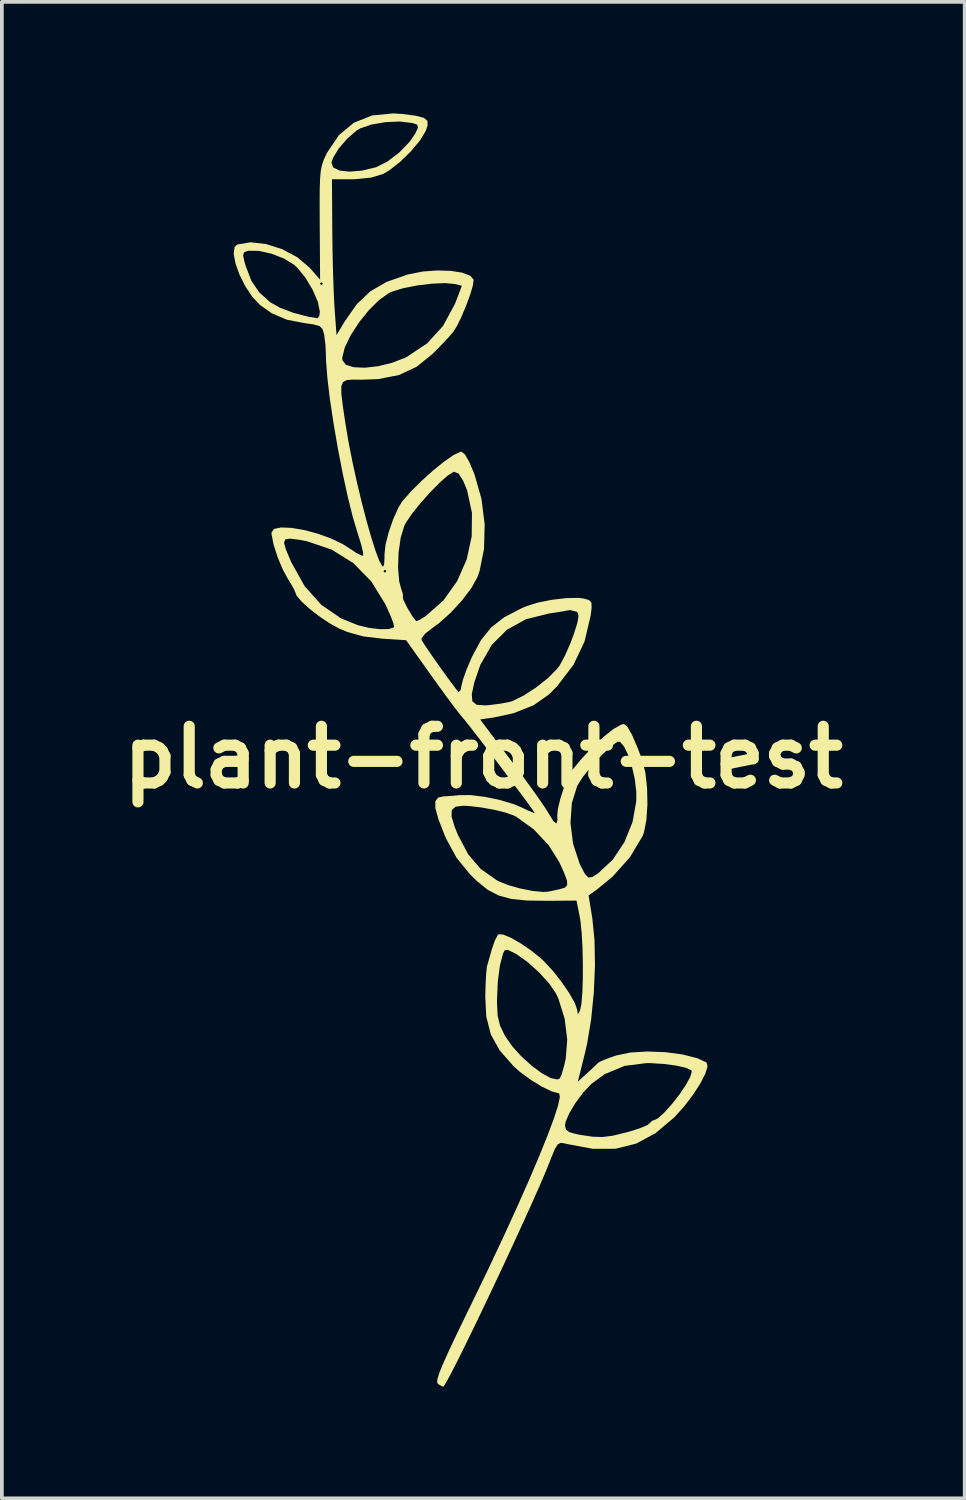
<source format=kicad_pcb>
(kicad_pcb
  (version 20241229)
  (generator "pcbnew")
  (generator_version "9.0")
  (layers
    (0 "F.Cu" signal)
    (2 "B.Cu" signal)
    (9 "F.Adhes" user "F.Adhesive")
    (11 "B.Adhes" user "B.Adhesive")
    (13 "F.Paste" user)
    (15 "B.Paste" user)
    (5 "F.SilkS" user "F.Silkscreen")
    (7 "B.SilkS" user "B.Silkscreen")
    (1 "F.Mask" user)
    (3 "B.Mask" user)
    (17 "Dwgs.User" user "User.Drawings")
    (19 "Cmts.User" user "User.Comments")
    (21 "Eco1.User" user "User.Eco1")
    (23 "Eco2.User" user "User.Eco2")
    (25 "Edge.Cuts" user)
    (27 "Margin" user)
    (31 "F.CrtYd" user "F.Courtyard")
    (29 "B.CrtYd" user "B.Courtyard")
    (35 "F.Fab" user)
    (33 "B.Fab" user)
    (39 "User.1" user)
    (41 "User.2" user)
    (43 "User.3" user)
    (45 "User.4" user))
  (footprint "plant-front-test"
    (layer "F.Cu")
    (at 9.95 17.321)
    (property "Reference" "plant-front-test" (at 0 0 0) (layer "F.SilkS") (effects (font (size 1.524 1.524) (thickness 0.3))))
    (attr board_only exclude_from_pos_files exclude_from_bom)
    (fp_poly (pts (xy -2.178 -17.305) (xy -1.821 -17.259) (xy -1.603 -17.203) (xy -1.503 -17.121) (xy -1.497 -16.997) (xy -1.547 -16.851) (xy -1.702 -16.593) (xy -1.949 -16.298) (xy -2.244 -16.012) (xy -2.538 -15.782) (xy -2.699 -15.689) (xy -3.026 -15.592) (xy -3.455 -15.55) (xy -3.533 -15.549) (xy -4.071 -15.549) (xy -4.062 -14.186) (xy -4.056 -13.661) (xy -4.044 -13.127) (xy -4.028 -12.634) (xy -4.01 -12.231) (xy -4.001 -12.089) (xy -3.948 -11.357) (xy -3.729 -11.723) (xy -3.404 -12.188) (xy -3.04 -12.534) (xy -2.599 -12.789) (xy -2.041 -12.984) (xy -1.995 -12.996) (xy -1.623 -13.068) (xy -1.237 -13.096) (xy -0.873 -13.085) (xy -0.565 -13.036) (xy -0.348 -12.953) (xy -0.261 -12.848) (xy -0.278 -12.7) (xy -0.35 -12.453) (xy -0.459 -12.156) (xy -0.585 -11.855) (xy -0.711 -11.598) (xy -0.804 -11.449) (xy -0.927 -11.306) (xy -1.125 -11.095) (xy -1.356 -10.86) (xy -1.366 -10.85) (xy -1.792 -10.506) (xy -2.266 -10.284) (xy -2.822 -10.174) (xy -3.277 -10.157) (xy -3.511 -10.16) (xy -3.674 -10.147) (xy -3.774 -10.095) (xy -3.819 -9.979) (xy -3.818 -9.775) (xy -3.78 -9.46) (xy -3.713 -9.01) (xy -3.704 -8.952) (xy -3.623 -8.473) (xy -3.521 -7.954) (xy -3.403 -7.416) (xy -3.276 -6.885) (xy -3.146 -6.383) (xy -3.019 -5.935) (xy -2.902 -5.564) (xy -2.801 -5.294) (xy -2.722 -5.148) (xy -2.693 -5.129) (xy -2.666 -5.201) (xy -2.657 -5.382) (xy -2.658 -5.46) (xy -2.629 -5.723) (xy -2.542 -6.065) (xy -2.417 -6.421) (xy -2.277 -6.73) (xy -2.174 -6.893) (xy -1.933 -7.166) (xy -1.645 -7.451) (xy -1.341 -7.723) (xy -1.049 -7.959) (xy -0.8 -8.132) (xy -0.623 -8.217) (xy -0.589 -8.222) (xy -0.491 -8.145) (xy -0.364 -7.918) (xy -0.237 -7.612) (xy -0.049 -6.954) (xy 0.037 -6.271) (xy 0.02 -5.607) (xy -0.1 -5.009) (xy -0.157 -4.848) (xy -0.319 -4.555) (xy -0.574 -4.218) (xy -0.88 -3.886) (xy -1.196 -3.604) (xy -1.326 -3.51) (xy -1.558 -3.333) (xy -1.661 -3.2) (xy -1.659 -3.152) (xy -1.566 -3.006) (xy -1.415 -2.783) (xy -1.231 -2.52) (xy -1.039 -2.251) (xy -0.864 -2.011) (xy -0.731 -1.835) (xy -0.665 -1.759) (xy -0.665 -1.759) (xy -0.614 -1.798) (xy -0.588 -1.923) (xy -0.546 -2.092) (xy -0.452 -2.356) (xy -0.323 -2.661) (xy -0.298 -2.715) (xy -0.06 -3.157) (xy 0.214 -3.496) (xy 0.563 -3.767) (xy 1.025 -4.008) (xy 1.16 -4.066) (xy 1.465 -4.162) (xy 1.841 -4.237) (xy 2.225 -4.282) (xy 2.554 -4.289) (xy 2.697 -4.272) (xy 2.842 -4.232) (xy 2.908 -4.164) (xy 2.914 -4.022) (xy 2.889 -3.816) (xy 2.724 -3.117) (xy 2.428 -2.491) (xy 1.986 -1.913) (xy 1.771 -1.694) (xy 1.356 -1.402) (xy 0.814 -1.186) (xy 0.282 -1.072) (xy -0.085 -1.018) (xy 0.757 0.099) (xy 1.048 0.49) (xy 1.315 0.857) (xy 1.537 1.171) (xy 1.695 1.405) (xy 1.755 1.504) (xy 1.886 1.717) (xy 1.967 1.779) (xy 1.972 1.764) (xy 2.345 1.764) (xy 2.414 2.319) (xy 2.586 2.847) (xy 2.615 2.91) (xy 2.733 3.137) (xy 2.825 3.234) (xy 2.934 3.219) (xy 3.09 3.12) (xy 3.482 2.753) (xy 3.798 2.278) (xy 4.015 1.738) (xy 4.115 1.177) (xy 4.115 0.922) (xy 4.073 0.577) (xy 3.996 0.238) (xy 3.897 -0.062) (xy 3.787 -0.29) (xy 3.68 -0.415) (xy 3.608 -0.42) (xy 3.403 -0.266) (xy 3.149 -0.024) (xy 2.89 0.261) (xy 2.667 0.543) (xy 2.526 0.769) (xy 2.382 1.231) (xy 2.345 1.764) (xy 1.972 1.764) (xy 1.996 1.689) (xy 1.989 1.575) (xy 2.006 1.389) (xy 2.072 1.115) (xy 2.168 0.813) (xy 2.274 0.544) (xy 2.369 0.371) (xy 2.648 0.033) (xy 2.949 -0.285) (xy 3.244 -0.559) (xy 3.508 -0.766) (xy 3.712 -0.88) (xy 3.782 -0.896) (xy 3.876 -0.823) (xy 4.002 -0.602) (xy 4.161 -0.23) (xy 4.278 0.081) (xy 4.36 0.415) (xy 4.406 0.829) (xy 4.415 1.271) (xy 4.387 1.685) (xy 4.323 2.017) (xy 4.286 2.117) (xy 3.944 2.688) (xy 3.475 3.213) (xy 3.065 3.549) (xy 2.833 3.714) (xy 2.934 4.342) (xy 2.992 4.922) (xy 3.004 5.603) (xy 2.973 6.331) (xy 2.901 7.05) (xy 2.792 7.708) (xy 2.743 7.923) (xy 2.544 8.722) (xy 2.797 8.493) (xy 2.965 8.338) (xy 3.076 8.231) (xy 3.092 8.214) (xy 3.187 8.164) (xy 3.388 8.085) (xy 3.571 8.021) (xy 3.951 7.941) (xy 4.409 7.913) (xy 4.896 7.931) (xy 5.363 7.993) (xy 5.761 8.095) (xy 6.004 8.207) (xy 6.033 8.315) (xy 5.97 8.515) (xy 5.834 8.78) (xy 5.64 9.079) (xy 5.407 9.386) (xy 5.152 9.669) (xy 5.133 9.688) (xy 4.629 10.113) (xy 4.112 10.391) (xy 3.558 10.529) (xy 2.946 10.531) (xy 2.254 10.402) (xy 2.198 10.387) (xy 2.085 10.37) (xy 2.002 10.412) (xy 1.922 10.542) (xy 1.82 10.792) (xy 1.8 10.845) (xy 1.683 11.134) (xy 1.518 11.52) (xy 1.313 11.983) (xy 1.076 12.507) (xy 0.817 13.071) (xy 0.545 13.657) (xy 0.267 14.248) (xy -0.006 14.823) (xy -0.267 15.366) (xy -0.506 15.856) (xy -0.715 16.276) (xy -0.885 16.608) (xy -1.008 16.832) (xy -1.073 16.929) (xy -1.079 16.932) (xy -1.155 16.894) (xy -1.218 16.856) (xy -1.242 16.811) (xy -1.232 16.715) (xy -1.181 16.554) (xy -1.083 16.314) (xy -0.933 15.979) (xy -0.723 15.535) (xy -0.449 14.967) (xy -0.308 14.679) (xy 0.127 13.78) (xy 0.529 12.926) (xy 0.894 12.129) (xy 1.218 11.399) (xy 1.496 10.747) (xy 1.724 10.184) (xy 1.83 9.899) (xy 2.198 9.899) (xy 2.221 10.011) (xy 2.314 10.083) (xy 2.517 10.138) (xy 2.625 10.158) (xy 2.944 10.205) (xy 3.211 10.213) (xy 3.488 10.177) (xy 3.837 10.092) (xy 3.969 10.055) (xy 4.229 9.971) (xy 4.412 9.893) (xy 4.478 9.84) (xy 4.542 9.773) (xy 4.574 9.769) (xy 4.699 9.709) (xy 4.873 9.551) (xy 5.072 9.329) (xy 5.27 9.075) (xy 5.442 8.823) (xy 5.563 8.605) (xy 5.609 8.456) (xy 5.596 8.418) (xy 5.454 8.352) (xy 5.194 8.293) (xy 4.86 8.248) (xy 4.497 8.226) (xy 4.402 8.224) (xy 3.803 8.299) (xy 3.263 8.524) (xy 2.908 8.784) (xy 2.69 9.014) (xy 2.482 9.293) (xy 2.313 9.574) (xy 2.213 9.81) (xy 2.198 9.899) (xy 1.83 9.899) (xy 1.897 9.722) (xy 2.01 9.369) (xy 2.06 9.138) (xy 2.041 9.039) (xy 2.029 9.037) (xy 1.84 8.987) (xy 1.573 8.857) (xy 1.275 8.674) (xy 0.989 8.464) (xy 0.813 8.307) (xy 0.44 7.882) (xy 0.203 7.454) (xy 0.08 6.975) (xy 0.061 6.597) (xy 0.368 6.597) (xy 0.386 6.947) (xy 0.45 7.216) (xy 0.578 7.482) (xy 0.592 7.506) (xy 0.786 7.782) (xy 1.034 8.054) (xy 1.307 8.3) (xy 1.577 8.499) (xy 1.815 8.628) (xy 1.993 8.666) (xy 2.057 8.639) (xy 2.106 8.531) (xy 2.169 8.316) (xy 2.216 8.117) (xy 2.258 7.595) (xy 2.189 7.032) (xy 2.021 6.494) (xy 1.954 6.351) (xy 1.771 6.082) (xy 1.498 5.783) (xy 1.186 5.502) (xy 0.886 5.29) (xy 0.831 5.26) (xy 0.662 5.182) (xy 0.579 5.188) (xy 0.532 5.273) (xy 0.448 5.595) (xy 0.391 6.027) (xy 0.369 6.521) (xy 0.368 6.597) (xy 0.061 6.597) (xy 0.053 6.431) (xy 0.062 6.099) (xy 0.077 5.821) (xy 0.095 5.645) (xy 0.1 5.617) (xy 0.144 5.465) (xy 0.21 5.234) (xy 0.233 5.153) (xy 0.309 4.932) (xy 0.386 4.785) (xy 0.41 4.761) (xy 0.535 4.767) (xy 0.749 4.857) (xy 1.015 5.01) (xy 1.297 5.204) (xy 1.56 5.418) (xy 1.627 5.48) (xy 1.87 5.742) (xy 2.107 6.043) (xy 2.314 6.346) (xy 2.463 6.612) (xy 2.529 6.802) (xy 2.529 6.814) (xy 2.542 6.907) (xy 2.58 6.855) (xy 2.605 6.798) (xy 2.64 6.627) (xy 2.664 6.334) (xy 2.677 5.957) (xy 2.678 5.537) (xy 2.668 5.112) (xy 2.646 4.722) (xy 2.614 4.407) (xy 2.597 4.301) (xy 2.507 3.854) (xy 1.721 3.86) (xy 1.175 3.852) (xy 0.752 3.809) (xy 0.414 3.718) (xy 0.121 3.565) (xy -0.163 3.337) (xy -0.357 3.147) (xy -0.716 2.708) (xy -0.999 2.189) (xy -1.041 2.092) (xy -1.205 1.671) (xy -1.227 1.593) (xy -0.853 1.593) (xy -0.769 1.873) (xy -0.68 2.091) (xy -0.407 2.608) (xy -0.072 3) (xy 0.355 3.302) (xy 0.416 3.335) (xy 0.672 3.438) (xy 0.997 3.529) (xy 1.332 3.595) (xy 1.617 3.622) (xy 1.75 3.613) (xy 1.885 3.584) (xy 2.056 3.547) (xy 2.192 3.506) (xy 2.257 3.438) (xy 2.251 3.313) (xy 2.171 3.1) (xy 2.045 2.822) (xy 1.755 2.36) (xy 1.356 1.937) (xy 0.899 1.606) (xy 0.834 1.571) (xy 0.614 1.49) (xy 0.294 1.411) (xy -0.065 1.347) (xy -0.402 1.308) (xy -0.547 1.303) (xy -0.746 1.328) (xy -0.847 1.418) (xy -0.853 1.593) (xy -1.227 1.593) (xy -1.288 1.373) (xy -1.291 1.182) (xy -1.213 1.081) (xy -1.079 1.052) (xy -0.823 1.036) (xy -0.651 1.018) (xy -0.349 1.015) (xy 0.04 1.063) (xy 0.452 1.149) (xy 0.824 1.261) (xy 0.997 1.333) (xy 1.212 1.434) (xy 1.353 1.493) (xy 1.384 1.499) (xy 1.337 1.427) (xy 1.21 1.249) (xy 1.019 0.991) (xy 0.785 0.677) (xy 0.524 0.33) (xy 0.255 -0.025) (xy -0.003 -0.364) (xy -0.233 -0.662) (xy -0.415 -0.896) (xy -0.532 -1.041) (xy -0.559 -1.071) (xy -0.652 -1.184) (xy -0.819 -1.402) (xy -1.038 -1.697) (xy -1.039 -1.699) (xy -0.31 -1.699) (xy -0.294 -1.506) (xy -0.178 -1.413) (xy 0.055 -1.397) (xy 0.184 -1.408) (xy 0.462 -1.443) (xy 0.693 -1.487) (xy 0.773 -1.509) (xy 1.082 -1.659) (xy 1.422 -1.88) (xy 1.741 -2.133) (xy 1.986 -2.38) (xy 2.058 -2.478) (xy 2.198 -2.739) (xy 2.345 -3.073) (xy 2.441 -3.33) (xy 2.531 -3.621) (xy 2.562 -3.797) (xy 2.539 -3.891) (xy 2.508 -3.918) (xy 2.337 -3.961) (xy 2.279 -3.953) (xy 2.13 -3.924) (xy 1.889 -3.886) (xy 1.754 -3.866) (xy 1.145 -3.713) (xy 0.637 -3.433) (xy 0.229 -3.025) (xy -0.079 -2.488) (xy -0.241 -2.018) (xy -0.31 -1.699) (xy -1.039 -1.699) (xy -1.287 -2.043) (xy -1.384 -2.178) (xy -2.076 -3.15) (xy -2.731 -3.193) (xy -3.234 -3.253) (xy -3.656 -3.371) (xy -3.871 -3.461) (xy -4.132 -3.604) (xy -4.412 -3.792) (xy -4.677 -3.998) (xy -4.892 -4.194) (xy -5.024 -4.351) (xy -5.047 -4.415) (xy -5.089 -4.518) (xy -5.194 -4.699) (xy -5.249 -4.786) (xy -5.396 -5.056) (xy -5.534 -5.39) (xy -5.642 -5.725) (xy -5.65 -5.769) (xy -5.36 -5.769) (xy -5.306 -5.582) (xy -5.176 -5.273) (xy -5.163 -5.244) (xy -4.806 -4.605) (xy -4.359 -4.103) (xy -3.823 -3.736) (xy -3.374 -3.554) (xy -3.074 -3.482) (xy -2.782 -3.447) (xy -2.544 -3.45) (xy -2.408 -3.494) (xy -2.399 -3.505) (xy -2.416 -3.598) (xy -2.491 -3.798) (xy -2.609 -4.063) (xy -2.636 -4.12) (xy -3.014 -4.733) (xy -3.283 -5.007) (xy -2.687 -5.007) (xy -2.646 -4.966) (xy -2.605 -5.007) (xy -2.646 -5.047) (xy -2.687 -5.007) (xy -3.283 -5.007) (xy -3.37 -5.096) (xy -2.293 -5.096) (xy -2.261 -4.731) (xy -2.21 -4.539) (xy -2.16 -4.381) (xy -2.164 -4.315) (xy -2.165 -4.315) (xy -2.155 -4.252) (xy -2.081 -4.093) (xy -2.025 -3.989) (xy -1.907 -3.795) (xy -1.817 -3.679) (xy -1.794 -3.663) (xy -1.699 -3.705) (xy -1.545 -3.802) (xy -1.072 -4.221) (xy -0.704 -4.738) (xy -0.447 -5.322) (xy -0.312 -5.944) (xy -0.305 -6.574) (xy -0.435 -7.181) (xy -0.54 -7.436) (xy -0.664 -7.632) (xy -0.785 -7.68) (xy -0.805 -7.675) (xy -0.962 -7.575) (xy -1.184 -7.379) (xy -1.437 -7.12) (xy -1.692 -6.833) (xy -1.917 -6.554) (xy -2.079 -6.315) (xy -2.125 -6.228) (xy -2.222 -5.907) (xy -2.279 -5.509) (xy -2.293 -5.096) (xy -3.37 -5.096) (xy -3.496 -5.224) (xy -4.076 -5.586) (xy -4.742 -5.812) (xy -4.986 -5.857) (xy -5.207 -5.882) (xy -5.329 -5.861) (xy -5.36 -5.769) (xy -5.65 -5.769) (xy -5.695 -5.998) (xy -5.698 -6.045) (xy -5.629 -6.143) (xy -5.441 -6.183) (xy -5.164 -6.172) (xy -4.829 -6.116) (xy -4.468 -6.021) (xy -4.11 -5.893) (xy -3.786 -5.739) (xy -3.603 -5.623) (xy -3.407 -5.494) (xy -3.268 -5.427) (xy -3.231 -5.426) (xy -3.235 -5.517) (xy -3.284 -5.72) (xy -3.368 -5.992) (xy -3.378 -6.022) (xy -3.51 -6.464) (xy -3.648 -7.019) (xy -3.785 -7.65) (xy -3.914 -8.32) (xy -4.03 -8.994) (xy -4.126 -9.635) (xy -4.194 -10.206) (xy -4.23 -10.671) (xy -4.232 -10.757) (xy -3.793 -10.757) (xy -3.79 -10.681) (xy -3.698 -10.559) (xy -3.486 -10.493) (xy -3.189 -10.48) (xy -2.839 -10.519) (xy -2.47 -10.607) (xy -2.115 -10.743) (xy -2.053 -10.774) (xy -1.509 -11.136) (xy -1.084 -11.603) (xy -0.767 -12.188) (xy -0.73 -12.28) (xy -0.577 -12.684) (xy -0.762 -12.731) (xy -1.025 -12.756) (xy -1.384 -12.741) (xy -1.782 -12.692) (xy -2.161 -12.617) (xy -2.461 -12.525) (xy -2.531 -12.493) (xy -2.8 -12.304) (xy -3.079 -12.027) (xy -3.343 -11.698) (xy -3.567 -11.352) (xy -3.725 -11.026) (xy -3.793 -10.757) (xy -4.232 -10.757) (xy -4.233 -10.822) (xy -4.247 -11.104) (xy -4.28 -11.364) (xy -4.282 -11.377) (xy -4.324 -11.519) (xy -4.405 -11.6) (xy -4.572 -11.646) (xy -4.777 -11.674) (xy -5.281 -11.77) (xy -5.689 -11.943) (xy -6.008 -12.169) (xy -6.217 -12.391) (xy -6.404 -12.674) (xy -6.558 -12.982) (xy -6.666 -13.283) (xy -6.706 -13.499) (xy -6.461 -13.499) (xy -6.424 -13.328) (xy -6.391 -13.217) (xy -6.237 -12.815) (xy -6.03 -12.51) (xy -5.732 -12.241) (xy -5.467 -12.092) (xy -5.103 -11.955) (xy -4.703 -11.851) (xy -4.457 -11.811) (xy -4.41 -11.875) (xy -4.397 -11.988) (xy -4.451 -12.254) (xy -4.591 -12.577) (xy -4.689 -12.741) (xy -4.396 -12.741) (xy -4.355 -12.7) (xy -4.315 -12.741) (xy -4.355 -12.781) (xy -4.396 -12.741) (xy -4.689 -12.741) (xy -4.785 -12.902) (xy -5.004 -13.171) (xy -5.085 -13.246) (xy -5.358 -13.415) (xy -5.697 -13.547) (xy -6.038 -13.623) (xy -6.319 -13.626) (xy -6.353 -13.618) (xy -6.438 -13.581) (xy -6.461 -13.499) (xy -6.706 -13.499) (xy -6.714 -13.542) (xy -6.69 -13.726) (xy -6.622 -13.793) (xy -6.264 -13.854) (xy -5.845 -13.807) (xy -5.409 -13.668) (xy -5.003 -13.451) (xy -4.672 -13.171) (xy -4.657 -13.154) (xy -4.39 -12.85) (xy -4.4 -14.353) (xy -4.402 -14.884) (xy -4.4 -15.282) (xy -4.39 -15.572) (xy -4.37 -15.785) (xy -4.336 -15.947) (xy -4.317 -16) (xy -4.084 -16) (xy -4.038 -15.866) (xy -3.866 -15.783) (xy -3.599 -15.754) (xy -3.265 -15.782) (xy -2.894 -15.87) (xy -2.885 -15.873) (xy -2.578 -16.026) (xy -2.255 -16.274) (xy -1.974 -16.566) (xy -1.824 -16.789) (xy -1.753 -16.946) (xy -1.783 -17.02) (xy -1.914 -17.063) (xy -2.243 -17.102) (xy -2.627 -17.086) (xy -3.003 -17.022) (xy -3.309 -16.918) (xy -3.403 -16.864) (xy -3.66 -16.642) (xy -3.886 -16.379) (xy -4.041 -16.126) (xy -4.084 -16) (xy -4.317 -16) (xy -4.286 -16.087) (xy -4.217 -16.234) (xy -4.202 -16.264) (xy -3.884 -16.736) (xy -3.481 -17.07) (xy -2.993 -17.265) (xy -2.422 -17.321)) (stroke (width 0) (type solid)) (fill yes) (layer "F.SilkS")))
  (gr_rect
    (start -3 -3)
    (end 22.899 37.253)
    (stroke (width 0.1) (type default))
    (fill no)
    (layer "Edge.Cuts")))
</source>
